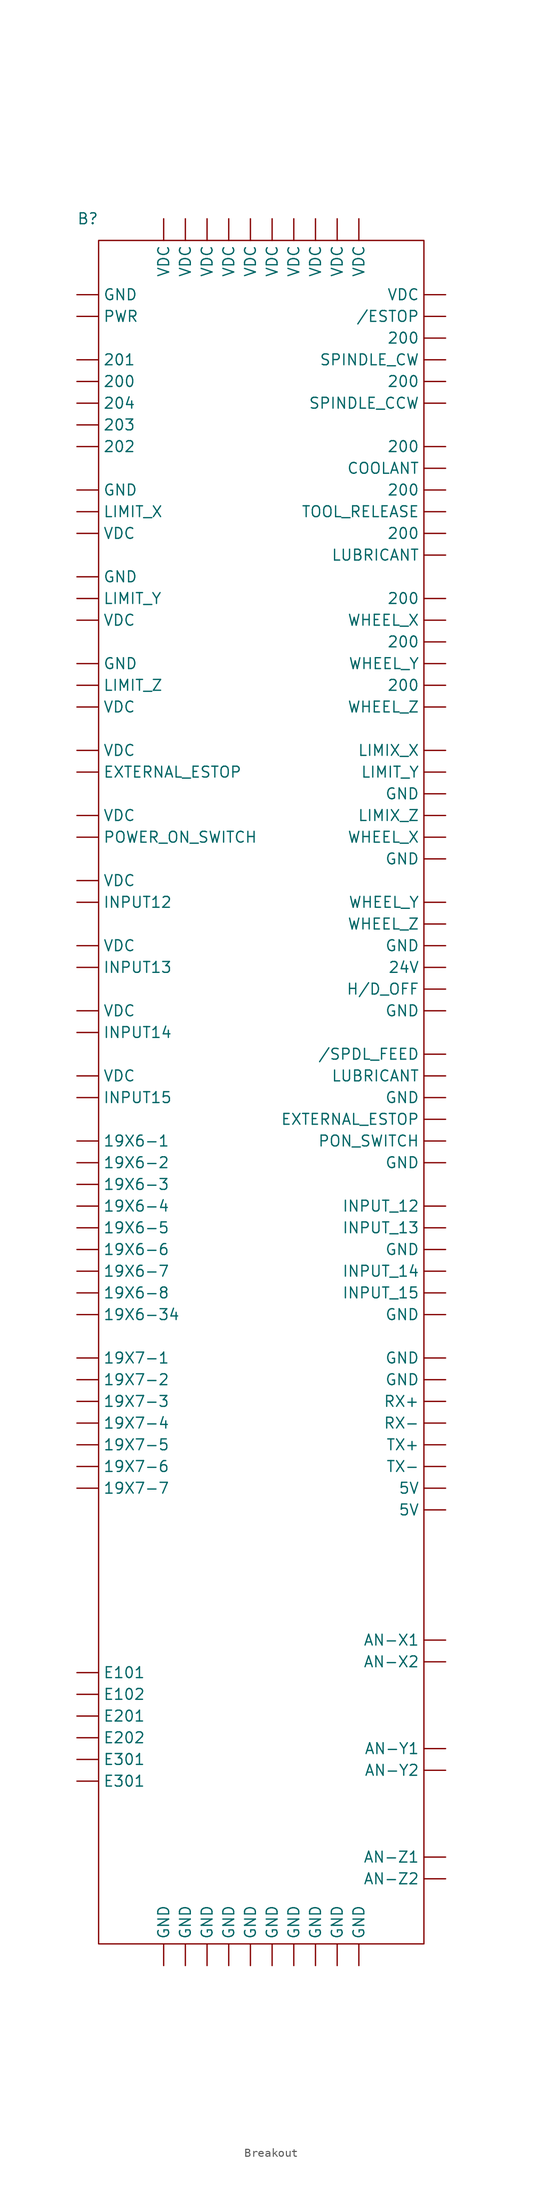
<source format=kicad_sym>
(kicad_symbol_lib
  (version 20241209)
  (generator "kicad_symbol_editor")
  (generator_version "9.0")
  (symbol "Breakout"
    (property "Reference" "B"
      (at -20.32 60.96 0)
      (effects (font (size 1.27 1.27))))
    (property "Value" ""
      (at 24.13 -20.32 0)
      (effects (font (size 1.27 1.27))))
    (symbol "Breakout_0_1"
      (rectangle (start -19.05 58.42) (end 19.05 -140.97) (stroke (width 0) (type default)) (fill (type none))))
    (symbol "Breakout_1_1"
      (pin passive line (at -21.59 52.07 0) (length 2.54) (name "GND" (effects (font (size 1.27 1.27)))) (number "" (effects (font (size 1.27 1.27)))))
      (pin passive line (at -21.59 49.53 0) (length 2.54) (name "PWR" (effects (font (size 1.27 1.27)))) (number "" (effects (font (size 1.27 1.27)))))
      (pin passive line (at -21.59 44.45 0) (length 2.54) (name "201" (effects (font (size 1.27 1.27)))) (number "" (effects (font (size 1.27 1.27)))))
      (pin passive line (at -21.59 41.91 0) (length 2.54) (name "200" (effects (font (size 1.27 1.27)))) (number "" (effects (font (size 1.27 1.27)))))
      (pin passive line (at -21.59 39.37 0) (length 2.54) (name "204" (effects (font (size 1.27 1.27)))) (number "" (effects (font (size 1.27 1.27)))))
      (pin passive line (at -21.59 36.83 0) (length 2.54) (name "203" (effects (font (size 1.27 1.27)))) (number "" (effects (font (size 1.27 1.27)))))
      (pin passive line (at -21.59 34.29 0) (length 2.54) (name "202" (effects (font (size 1.27 1.27)))) (number "" (effects (font (size 1.27 1.27)))))
      (pin passive line (at -21.59 29.21 0) (length 2.54) (name "GND" (effects (font (size 1.27 1.27)))) (number "" (effects (font (size 1.27 1.27)))))
      (pin passive line (at -21.59 26.67 0) (length 2.54) (name "LIMIT_X" (effects (font (size 1.27 1.27)))) (number "" (effects (font (size 1.27 1.27)))))
      (pin passive line (at -21.59 24.13 0) (length 2.54) (name "VDC" (effects (font (size 1.27 1.27)))) (number "" (effects (font (size 1.27 1.27)))))
      (pin passive line (at -21.59 19.05 0) (length 2.54) (name "GND" (effects (font (size 1.27 1.27)))) (number "" (effects (font (size 1.27 1.27)))))
      (pin passive line (at -21.59 16.51 0) (length 2.54) (name "LIMIT_Y" (effects (font (size 1.27 1.27)))) (number "" (effects (font (size 1.27 1.27)))))
      (pin passive line (at -21.59 13.97 0) (length 2.54) (name "VDC" (effects (font (size 1.27 1.27)))) (number "" (effects (font (size 1.27 1.27)))))
      (pin passive line (at -21.59 8.89 0) (length 2.54) (name "GND" (effects (font (size 1.27 1.27)))) (number "" (effects (font (size 1.27 1.27)))))
      (pin passive line (at -21.59 6.35 0) (length 2.54) (name "LIMIT_Z" (effects (font (size 1.27 1.27)))) (number "" (effects (font (size 1.27 1.27)))))
      (pin passive line (at -21.59 3.81 0) (length 2.54) (name "VDC" (effects (font (size 1.27 1.27)))) (number "" (effects (font (size 1.27 1.27)))))
      (pin passive line (at -21.59 -1.27 0) (length 2.54) (name "VDC" (effects (font (size 1.27 1.27)))) (number "" (effects (font (size 1.27 1.27)))))
      (pin passive line (at -21.59 -3.81 0) (length 2.54) (name "EXTERNAL_ESTOP" (effects (font (size 1.27 1.27)))) (number "" (effects (font (size 1.27 1.27)))))
      (pin passive line (at -21.59 -8.89 0) (length 2.54) (name "VDC" (effects (font (size 1.27 1.27)))) (number "" (effects (font (size 1.27 1.27)))))
      (pin passive line (at -21.59 -11.43 0) (length 2.54) (name "POWER_ON_SWITCH" (effects (font (size 1.27 1.27)))) (number "" (effects (font (size 1.27 1.27)))))
      (pin passive line (at -21.59 -16.51 0) (length 2.54) (name "VDC" (effects (font (size 1.27 1.27)))) (number "" (effects (font (size 1.27 1.27)))))
      (pin passive line (at -21.59 -19.05 0) (length 2.54) (name "INPUT12" (effects (font (size 1.27 1.27)))) (number "" (effects (font (size 1.27 1.27)))))
      (pin passive line (at -21.59 -24.13 0) (length 2.54) (name "VDC" (effects (font (size 1.27 1.27)))) (number "" (effects (font (size 1.27 1.27)))))
      (pin passive line (at -21.59 -26.67 0) (length 2.54) (name "INPUT13" (effects (font (size 1.27 1.27)))) (number "" (effects (font (size 1.27 1.27)))))
      (pin passive line (at -21.59 -31.75 0) (length 2.54) (name "VDC" (effects (font (size 1.27 1.27)))) (number "" (effects (font (size 1.27 1.27)))))
      (pin passive line (at -21.59 -34.29 0) (length 2.54) (name "INPUT14" (effects (font (size 1.27 1.27)))) (number "" (effects (font (size 1.27 1.27)))))
      (pin passive line (at -21.59 -39.37 0) (length 2.54) (name "VDC" (effects (font (size 1.27 1.27)))) (number "" (effects (font (size 1.27 1.27)))))
      (pin passive line (at -21.59 -41.91 0) (length 2.54) (name "INPUT15" (effects (font (size 1.27 1.27)))) (number "" (effects (font (size 1.27 1.27)))))
      (pin passive line (at -21.59 -46.99 0) (length 2.54) (name "19X6-1" (effects (font (size 1.27 1.27)))) (number "" (effects (font (size 1.27 1.27)))))
      (pin passive line (at -21.59 -49.53 0) (length 2.54) (name "19X6-2" (effects (font (size 1.27 1.27)))) (number "" (effects (font (size 1.27 1.27)))))
      (pin passive line (at -21.59 -52.07 0) (length 2.54) (name "19X6-3" (effects (font (size 1.27 1.27)))) (number "" (effects (font (size 1.27 1.27)))))
      (pin passive line (at -21.59 -54.61 0) (length 2.54) (name "19X6-4" (effects (font (size 1.27 1.27)))) (number "" (effects (font (size 1.27 1.27)))))
      (pin passive line (at -21.59 -57.15 0) (length 2.54) (name "19X6-5" (effects (font (size 1.27 1.27)))) (number "" (effects (font (size 1.27 1.27)))))
      (pin passive line (at -21.59 -59.69 0) (length 2.54) (name "19X6-6" (effects (font (size 1.27 1.27)))) (number "" (effects (font (size 1.27 1.27)))))
      (pin passive line (at -21.59 -62.23 0) (length 2.54) (name "19X6-7" (effects (font (size 1.27 1.27)))) (number "" (effects (font (size 1.27 1.27)))))
      (pin passive line (at -21.59 -64.77 0) (length 2.54) (name "19X6-8" (effects (font (size 1.27 1.27)))) (number "" (effects (font (size 1.27 1.27)))))
      (pin passive line (at -21.59 -67.31 0) (length 2.54) (name "19X6-34" (effects (font (size 1.27 1.27)))) (number "" (effects (font (size 1.27 1.27)))))
      (pin passive line (at -21.59 -72.39 0) (length 2.54) (name "19X7-1" (effects (font (size 1.27 1.27)))) (number "" (effects (font (size 1.27 1.27)))))
      (pin passive line (at -21.59 -74.93 0) (length 2.54) (name "19X7-2" (effects (font (size 1.27 1.27)))) (number "" (effects (font (size 1.27 1.27)))))
      (pin passive line (at -21.59 -77.47 0) (length 2.54) (name "19X7-3" (effects (font (size 1.27 1.27)))) (number "" (effects (font (size 1.27 1.27)))))
      (pin passive line (at -21.59 -80.01 0) (length 2.54) (name "19X7-4" (effects (font (size 1.27 1.27)))) (number "" (effects (font (size 1.27 1.27)))))
      (pin passive line (at -21.59 -82.55 0) (length 2.54) (name "19X7-5" (effects (font (size 1.27 1.27)))) (number "" (effects (font (size 1.27 1.27)))))
      (pin passive line (at -21.59 -85.09 0) (length 2.54) (name "19X7-6" (effects (font (size 1.27 1.27)))) (number "" (effects (font (size 1.27 1.27)))))
      (pin passive line (at -21.59 -87.63 0) (length 2.54) (name "19X7-7" (effects (font (size 1.27 1.27)))) (number "" (effects (font (size 1.27 1.27)))))
      (pin passive line (at -21.59 -109.22 0) (length 2.54) (name "E101" (effects (font (size 1.27 1.27)))) (number "" (effects (font (size 1.27 1.27)))))
      (pin passive line (at -21.59 -111.76 0) (length 2.54) (name "E102" (effects (font (size 1.27 1.27)))) (number "" (effects (font (size 1.27 1.27)))))
      (pin passive line (at -21.59 -114.3 0) (length 2.54) (name "E201" (effects (font (size 1.27 1.27)))) (number "" (effects (font (size 1.27 1.27)))))
      (pin passive line (at -21.59 -116.84 0) (length 2.54) (name "E202" (effects (font (size 1.27 1.27)))) (number "" (effects (font (size 1.27 1.27)))))
      (pin passive line (at -21.59 -119.38 0) (length 2.54) (name "E301" (effects (font (size 1.27 1.27)))) (number "" (effects (font (size 1.27 1.27)))))
      (pin passive line (at -21.59 -121.92 0) (length 2.54) (name "E301" (effects (font (size 1.27 1.27)))) (number "" (effects (font (size 1.27 1.27)))))
      (pin passive line (at -11.43 60.96 270) (length 2.54) (name "VDC" (effects (font (size 1.27 1.27)))) (number "" (effects (font (size 1.27 1.27)))))
      (pin passive line (at -11.43 -143.51 90) (length 2.54) (name "GND" (effects (font (size 1.27 1.27)))) (number "" (effects (font (size 1.27 1.27)))))
      (pin passive line (at -8.89 60.96 270) (length 2.54) (name "VDC" (effects (font (size 1.27 1.27)))) (number "" (effects (font (size 1.27 1.27)))))
      (pin passive line (at -8.89 -143.51 90) (length 2.54) (name "GND" (effects (font (size 1.27 1.27)))) (number "" (effects (font (size 1.27 1.27)))))
      (pin passive line (at -6.35 60.96 270) (length 2.54) (name "VDC" (effects (font (size 1.27 1.27)))) (number "" (effects (font (size 1.27 1.27)))))
      (pin passive line (at -6.35 -143.51 90) (length 2.54) (name "GND" (effects (font (size 1.27 1.27)))) (number "" (effects (font (size 1.27 1.27)))))
      (pin passive line (at -3.81 60.96 270) (length 2.54) (name "VDC" (effects (font (size 1.27 1.27)))) (number "" (effects (font (size 1.27 1.27)))))
      (pin passive line (at -3.81 -143.51 90) (length 2.54) (name "GND" (effects (font (size 1.27 1.27)))) (number "" (effects (font (size 1.27 1.27)))))
      (pin passive line (at -1.27 60.96 270) (length 2.54) (name "VDC" (effects (font (size 1.27 1.27)))) (number "" (effects (font (size 1.27 1.27)))))
      (pin passive line (at -1.27 -143.51 90) (length 2.54) (name "GND" (effects (font (size 1.27 1.27)))) (number "" (effects (font (size 1.27 1.27)))))
      (pin passive line (at 1.27 60.96 270) (length 2.54) (name "VDC" (effects (font (size 1.27 1.27)))) (number "" (effects (font (size 1.27 1.27)))))
      (pin passive line (at 1.27 -143.51 90) (length 2.54) (name "GND" (effects (font (size 1.27 1.27)))) (number "" (effects (font (size 1.27 1.27)))))
      (pin passive line (at 3.81 60.96 270) (length 2.54) (name "VDC" (effects (font (size 1.27 1.27)))) (number "" (effects (font (size 1.27 1.27)))))
      (pin passive line (at 3.81 -143.51 90) (length 2.54) (name "GND" (effects (font (size 1.27 1.27)))) (number "" (effects (font (size 1.27 1.27)))))
      (pin passive line (at 6.35 60.96 270) (length 2.54) (name "VDC" (effects (font (size 1.27 1.27)))) (number "" (effects (font (size 1.27 1.27)))))
      (pin passive line (at 6.35 -143.51 90) (length 2.54) (name "GND" (effects (font (size 1.27 1.27)))) (number "" (effects (font (size 1.27 1.27)))))
      (pin passive line (at 8.89 60.96 270) (length 2.54) (name "VDC" (effects (font (size 1.27 1.27)))) (number "" (effects (font (size 1.27 1.27)))))
      (pin passive line (at 8.89 -143.51 90) (length 2.54) (name "GND" (effects (font (size 1.27 1.27)))) (number "" (effects (font (size 1.27 1.27)))))
      (pin passive line (at 11.43 60.96 270) (length 2.54) (name "VDC" (effects (font (size 1.27 1.27)))) (number "" (effects (font (size 1.27 1.27)))))
      (pin passive line (at 11.43 -143.51 90) (length 2.54) (name "GND" (effects (font (size 1.27 1.27)))) (number "" (effects (font (size 1.27 1.27)))))
      (pin passive line (at 21.59 52.07 180) (length 2.54) (name "VDC" (effects (font (size 1.27 1.27)))) (number "" (effects (font (size 1.27 1.27)))))
      (pin passive line (at 21.59 49.53 180) (length 2.54) (name "/ESTOP" (effects (font (size 1.27 1.27)))) (number "" (effects (font (size 1.27 1.27)))))
      (pin passive line (at 21.59 46.99 180) (length 2.54) (name "200" (effects (font (size 1.27 1.27)))) (number "" (effects (font (size 1.27 1.27)))))
      (pin passive line (at 21.59 44.45 180) (length 2.54) (name "SPINDLE_CW" (effects (font (size 1.27 1.27)))) (number "" (effects (font (size 1.27 1.27)))))
      (pin passive line (at 21.59 41.91 180) (length 2.54) (name "200" (effects (font (size 1.27 1.27)))) (number "" (effects (font (size 1.27 1.27)))))
      (pin passive line (at 21.59 39.37 180) (length 2.54) (name "SPINDLE_CCW" (effects (font (size 1.27 1.27)))) (number "" (effects (font (size 1.27 1.27)))))
      (pin passive line (at 21.59 34.29 180) (length 2.54) (name "200" (effects (font (size 1.27 1.27)))) (number "" (effects (font (size 1.27 1.27)))))
      (pin passive line (at 21.59 31.75 180) (length 2.54) (name "COOLANT" (effects (font (size 1.27 1.27)))) (number "" (effects (font (size 1.27 1.27)))))
      (pin passive line (at 21.59 29.21 180) (length 2.54) (name "200" (effects (font (size 1.27 1.27)))) (number "" (effects (font (size 1.27 1.27)))))
      (pin passive line (at 21.59 26.67 180) (length 2.54) (name "TOOL_RELEASE" (effects (font (size 1.27 1.27)))) (number "" (effects (font (size 1.27 1.27)))))
      (pin passive line (at 21.59 24.13 180) (length 2.54) (name "200" (effects (font (size 1.27 1.27)))) (number "" (effects (font (size 1.27 1.27)))))
      (pin passive line (at 21.59 21.59 180) (length 2.54) (name "LUBRICANT" (effects (font (size 1.27 1.27)))) (number "" (effects (font (size 1.27 1.27)))))
      (pin passive line (at 21.59 16.51 180) (length 2.54) (name "200" (effects (font (size 1.27 1.27)))) (number "" (effects (font (size 1.27 1.27)))))
      (pin passive line (at 21.59 13.97 180) (length 2.54) (name "WHEEL_X" (effects (font (size 1.27 1.27)))) (number "" (effects (font (size 1.27 1.27)))))
      (pin passive line (at 21.59 11.43 180) (length 2.54) (name "200" (effects (font (size 1.27 1.27)))) (number "" (effects (font (size 1.27 1.27)))))
      (pin passive line (at 21.59 8.89 180) (length 2.54) (name "WHEEL_Y" (effects (font (size 1.27 1.27)))) (number "" (effects (font (size 1.27 1.27)))))
      (pin passive line (at 21.59 6.35 180) (length 2.54) (name "200" (effects (font (size 1.27 1.27)))) (number "" (effects (font (size 1.27 1.27)))))
      (pin passive line (at 21.59 3.81 180) (length 2.54) (name "WHEEL_Z" (effects (font (size 1.27 1.27)))) (number "" (effects (font (size 1.27 1.27)))))
      (pin passive line (at 21.59 -1.27 180) (length 2.54) (name "LIMIX_X" (effects (font (size 1.27 1.27)))) (number "" (effects (font (size 1.27 1.27)))))
      (pin passive line (at 21.59 -3.81 180) (length 2.54) (name "LIMIT_Y" (effects (font (size 1.27 1.27)))) (number "" (effects (font (size 1.27 1.27)))))
      (pin passive line (at 21.59 -6.35 180) (length 2.54) (name "GND" (effects (font (size 1.27 1.27)))) (number "" (effects (font (size 1.27 1.27)))))
      (pin passive line (at 21.59 -8.89 180) (length 2.54) (name "LIMIX_Z" (effects (font (size 1.27 1.27)))) (number "" (effects (font (size 1.27 1.27)))))
      (pin passive line (at 21.59 -11.43 180) (length 2.54) (name "WHEEL_X" (effects (font (size 1.27 1.27)))) (number "" (effects (font (size 1.27 1.27)))))
      (pin passive line (at 21.59 -13.97 180) (length 2.54) (name "GND" (effects (font (size 1.27 1.27)))) (number "" (effects (font (size 1.27 1.27)))))
      (pin passive line (at 21.59 -19.05 180) (length 2.54) (name "WHEEL_Y" (effects (font (size 1.27 1.27)))) (number "" (effects (font (size 1.27 1.27)))))
      (pin passive line (at 21.59 -21.59 180) (length 2.54) (name "WHEEL_Z" (effects (font (size 1.27 1.27)))) (number "" (effects (font (size 1.27 1.27)))))
      (pin passive line (at 21.59 -24.13 180) (length 2.54) (name "GND" (effects (font (size 1.27 1.27)))) (number "" (effects (font (size 1.27 1.27)))))
      (pin passive line (at 21.59 -26.67 180) (length 2.54) (name "24V" (effects (font (size 1.27 1.27)))) (number "" (effects (font (size 1.27 1.27)))))
      (pin passive line (at 21.59 -29.21 180) (length 2.54) (name "H/D_OFF" (effects (font (size 1.27 1.27)))) (number "" (effects (font (size 1.27 1.27)))))
      (pin passive line (at 21.59 -31.75 180) (length 2.54) (name "GND" (effects (font (size 1.27 1.27)))) (number "" (effects (font (size 1.27 1.27)))))
      (pin passive line (at 21.59 -36.83 180) (length 2.54) (name "/SPDL_FEED" (effects (font (size 1.27 1.27)))) (number "" (effects (font (size 1.27 1.27)))))
      (pin passive line (at 21.59 -39.37 180) (length 2.54) (name "LUBRICANT" (effects (font (size 1.27 1.27)))) (number "" (effects (font (size 1.27 1.27)))))
      (pin passive line (at 21.59 -41.91 180) (length 2.54) (name "GND" (effects (font (size 1.27 1.27)))) (number "" (effects (font (size 1.27 1.27)))))
      (pin passive line (at 21.59 -44.45 180) (length 2.54) (name "EXTERNAL_ESTOP" (effects (font (size 1.27 1.27)))) (number "" (effects (font (size 1.27 1.27)))))
      (pin passive line (at 21.59 -46.99 180) (length 2.54) (name "PON_SWITCH" (effects (font (size 1.27 1.27)))) (number "" (effects (font (size 1.27 1.27)))))
      (pin passive line (at 21.59 -49.53 180) (length 2.54) (name "GND" (effects (font (size 1.27 1.27)))) (number "" (effects (font (size 1.27 1.27)))))
      (pin passive line (at 21.59 -54.61 180) (length 2.54) (name "INPUT_12" (effects (font (size 1.27 1.27)))) (number "" (effects (font (size 1.27 1.27)))))
      (pin passive line (at 21.59 -57.15 180) (length 2.54) (name "INPUT_13" (effects (font (size 1.27 1.27)))) (number "" (effects (font (size 1.27 1.27)))))
      (pin passive line (at 21.59 -59.69 180) (length 2.54) (name "GND" (effects (font (size 1.27 1.27)))) (number "" (effects (font (size 1.27 1.27)))))
      (pin passive line (at 21.59 -62.23 180) (length 2.54) (name "INPUT_14" (effects (font (size 1.27 1.27)))) (number "" (effects (font (size 1.27 1.27)))))
      (pin passive line (at 21.59 -64.77 180) (length 2.54) (name "INPUT_15" (effects (font (size 1.27 1.27)))) (number "" (effects (font (size 1.27 1.27)))))
      (pin passive line (at 21.59 -67.31 180) (length 2.54) (name "GND" (effects (font (size 1.27 1.27)))) (number "" (effects (font (size 1.27 1.27)))))
      (pin passive line (at 21.59 -72.39 180) (length 2.54) (name "GND" (effects (font (size 1.27 1.27)))) (number "" (effects (font (size 1.27 1.27)))))
      (pin passive line (at 21.59 -74.93 180) (length 2.54) (name "GND" (effects (font (size 1.27 1.27)))) (number "" (effects (font (size 1.27 1.27)))))
      (pin passive line (at 21.59 -77.47 180) (length 2.54) (name "RX+" (effects (font (size 1.27 1.27)))) (number "" (effects (font (size 1.27 1.27)))))
      (pin passive line (at 21.59 -80.01 180) (length 2.54) (name "RX-" (effects (font (size 1.27 1.27)))) (number "" (effects (font (size 1.27 1.27)))))
      (pin passive line (at 21.59 -82.55 180) (length 2.54) (name "TX+" (effects (font (size 1.27 1.27)))) (number "" (effects (font (size 1.27 1.27)))))
      (pin passive line (at 21.59 -85.09 180) (length 2.54) (name "TX-" (effects (font (size 1.27 1.27)))) (number "" (effects (font (size 1.27 1.27)))))
      (pin passive line (at 21.59 -87.63 180) (length 2.54) (name "5V" (effects (font (size 1.27 1.27)))) (number "" (effects (font (size 1.27 1.27)))))
      (pin passive line (at 21.59 -90.17 180) (length 2.54) (name "5V" (effects (font (size 1.27 1.27)))) (number "" (effects (font (size 1.27 1.27)))))
      (pin passive line (at 21.59 -105.41 180) (length 2.54) (name "AN-X1" (effects (font (size 1.27 1.27)))) (number "" (effects (font (size 1.27 1.27)))))
      (pin passive line (at 21.59 -107.95 180) (length 2.54) (name "AN-X2" (effects (font (size 1.27 1.27)))) (number "" (effects (font (size 1.27 1.27)))))
      (pin passive line (at 21.59 -118.11 180) (length 2.54) (name "AN-Y1" (effects (font (size 1.27 1.27)))) (number "" (effects (font (size 1.27 1.27)))))
      (pin passive line (at 21.59 -120.65 180) (length 2.54) (name "AN-Y2" (effects (font (size 1.27 1.27)))) (number "" (effects (font (size 1.27 1.27)))))
      (pin passive line (at 21.59 -130.81 180) (length 2.54) (name "AN-Z1" (effects (font (size 1.27 1.27)))) (number "" (effects (font (size 1.27 1.27)))))
      (pin passive line (at 21.59 -133.35 180) (length 2.54) (name "AN-Z2" (effects (font (size 1.27 1.27)))) (number "" (effects (font (size 1.27 1.27))))))))
</source>
